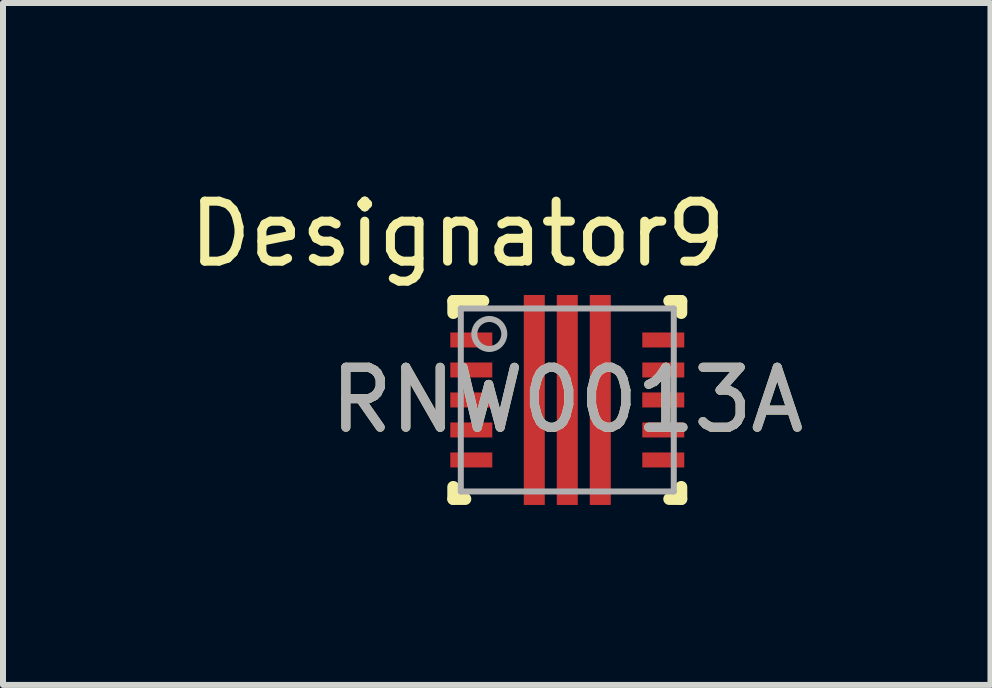
<source format=kicad_pcb>
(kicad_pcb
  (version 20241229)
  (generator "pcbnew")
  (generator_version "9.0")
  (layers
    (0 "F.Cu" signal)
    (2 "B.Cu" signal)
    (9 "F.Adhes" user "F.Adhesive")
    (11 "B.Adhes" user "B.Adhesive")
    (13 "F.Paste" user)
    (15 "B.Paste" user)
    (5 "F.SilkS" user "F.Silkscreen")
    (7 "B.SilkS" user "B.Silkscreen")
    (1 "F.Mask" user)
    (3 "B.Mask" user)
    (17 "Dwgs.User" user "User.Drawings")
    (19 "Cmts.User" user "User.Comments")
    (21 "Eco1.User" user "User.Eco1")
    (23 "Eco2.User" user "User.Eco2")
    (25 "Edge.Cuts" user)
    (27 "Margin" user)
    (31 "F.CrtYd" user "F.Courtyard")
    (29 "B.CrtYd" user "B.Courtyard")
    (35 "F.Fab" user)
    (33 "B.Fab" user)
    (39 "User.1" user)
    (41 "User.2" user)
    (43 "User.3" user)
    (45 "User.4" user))
  (footprint "RNW0013A"
    (layer "F.Cu")
    (at 6.406 3.617)
    (property "Reference" "RNW0013A" (at 0 0 0) (unlocked yes) (layer "F.SilkS") (effects (font (size 1 1) (thickness 0.15))))
    (attr smd)
    (fp_line (start -1.9 -1.65) (end -1.4 -1.65) (stroke (width 0.2) (type solid)) (layer "F.SilkS"))
    (fp_line (start -1.9 -1.45) (end -1.9 -1.65) (stroke (width 0.2) (type solid)) (layer "F.SilkS"))
    (fp_line (start -1.9 1.65) (end -1.9 1.45) (stroke (width 0.2) (type solid)) (layer "F.SilkS"))
    (fp_line (start -1.9 1.65) (end -1.7 1.65) (stroke (width 0.2) (type solid)) (layer "F.SilkS"))
    (fp_line (start 1.7 -1.65) (end 1.9 -1.65) (stroke (width 0.2) (type solid)) (layer "F.SilkS"))
    (fp_line (start 1.7 1.65) (end 1.9 1.65) (stroke (width 0.2) (type solid)) (layer "F.SilkS"))
    (fp_line (start 1.9 -1.45) (end 1.9 -1.65) (stroke (width 0.2) (type solid)) (layer "F.SilkS"))
    (fp_line (start 1.9 1.65) (end 1.9 1.45) (stroke (width 0.2) (type solid)) (layer "F.SilkS"))
    (fp_poly (pts (xy -0.675 -0.75) (xy -0.675 -1.65) (xy -0.674 -1.66) (xy -0.671 -1.669) (xy -0.667 -1.678) (xy -0.66 -1.685) (xy -0.653 -1.692) (xy -0.644 -1.696) (xy -0.635 -1.699) (xy -0.625 -1.7) (xy -0.475 -1.7) (xy -0.465 -1.699) (xy -0.456 -1.696) (xy -0.447 -1.692) (xy -0.44 -1.685) (xy -0.433 -1.678) (xy -0.429 -1.669) (xy -0.426 -1.66) (xy -0.425 -1.65) (xy -0.425 -0.75) (xy -0.426 -0.74) (xy -0.429 -0.731) (xy -0.433 -0.722) (xy -0.44 -0.715) (xy -0.447 -0.708) (xy -0.456 -0.704) (xy -0.465 -0.701) (xy -0.475 -0.7) (xy -0.625 -0.7) (xy -0.635 -0.701) (xy -0.644 -0.704) (xy -0.653 -0.708) (xy -0.66 -0.715) (xy -0.667 -0.722) (xy -0.671 -0.731) (xy -0.674 -0.74)) (stroke (width 0) (type solid)) (fill yes) (layer "F.Paste"))
    (fp_poly (pts (xy -0.675 0.45) (xy -0.675 -0.45) (xy -0.674 -0.46) (xy -0.671 -0.469) (xy -0.667 -0.478) (xy -0.66 -0.485) (xy -0.653 -0.492) (xy -0.644 -0.496) (xy -0.635 -0.499) (xy -0.625 -0.5) (xy -0.475 -0.5) (xy -0.465 -0.499) (xy -0.456 -0.496) (xy -0.447 -0.492) (xy -0.44 -0.485) (xy -0.433 -0.478) (xy -0.429 -0.469) (xy -0.426 -0.46) (xy -0.425 -0.45) (xy -0.425 0.45) (xy -0.426 0.46) (xy -0.429 0.469) (xy -0.433 0.478) (xy -0.44 0.485) (xy -0.447 0.492) (xy -0.456 0.496) (xy -0.465 0.499) (xy -0.475 0.5) (xy -0.625 0.5) (xy -0.635 0.499) (xy -0.644 0.496) (xy -0.653 0.492) (xy -0.66 0.485) (xy -0.667 0.478) (xy -0.671 0.469) (xy -0.674 0.46)) (stroke (width 0) (type solid)) (fill yes) (layer "F.Paste"))
    (fp_poly (pts (xy -0.675 1.65) (xy -0.675 0.75) (xy -0.674 0.74) (xy -0.671 0.731) (xy -0.667 0.722) (xy -0.66 0.715) (xy -0.653 0.708) (xy -0.644 0.704) (xy -0.635 0.701) (xy -0.625 0.7) (xy -0.475 0.7) (xy -0.465 0.701) (xy -0.456 0.704) (xy -0.447 0.708) (xy -0.44 0.715) (xy -0.433 0.722) (xy -0.429 0.731) (xy -0.426 0.74) (xy -0.425 0.75) (xy -0.425 1.65) (xy -0.426 1.66) (xy -0.429 1.669) (xy -0.433 1.678) (xy -0.44 1.685) (xy -0.447 1.692) (xy -0.456 1.696) (xy -0.465 1.699) (xy -0.475 1.7) (xy -0.625 1.7) (xy -0.635 1.699) (xy -0.644 1.696) (xy -0.653 1.692) (xy -0.66 1.685) (xy -0.667 1.678) (xy -0.671 1.669) (xy -0.674 1.66)) (stroke (width 0) (type solid)) (fill yes) (layer "F.Paste"))
    (fp_poly (pts (xy 0.125 -1.65) (xy 0.125 -0.75) (xy 0.124 -0.74) (xy 0.121 -0.731) (xy 0.117 -0.722) (xy 0.11 -0.715) (xy 0.103 -0.708) (xy 0.094 -0.704) (xy 0.085 -0.701) (xy 0.075 -0.7) (xy -0.075 -0.7) (xy -0.085 -0.701) (xy -0.094 -0.704) (xy -0.103 -0.708) (xy -0.11 -0.715) (xy -0.117 -0.722) (xy -0.121 -0.731) (xy -0.124 -0.74) (xy -0.125 -0.75) (xy -0.125 -1.65) (xy -0.124 -1.66) (xy -0.121 -1.669) (xy -0.117 -1.678) (xy -0.11 -1.685) (xy -0.103 -1.692) (xy -0.094 -1.696) (xy -0.085 -1.699) (xy -0.075 -1.7) (xy 0.075 -1.7) (xy 0.085 -1.699) (xy 0.094 -1.696) (xy 0.103 -1.692) (xy 0.11 -1.685) (xy 0.117 -1.678) (xy 0.121 -1.669) (xy 0.124 -1.66)) (stroke (width 0) (type solid)) (fill yes) (layer "F.Paste"))
    (fp_poly (pts (xy 0.125 -0.45) (xy 0.125 0.45) (xy 0.124 0.46) (xy 0.121 0.469) (xy 0.117 0.478) (xy 0.11 0.485) (xy 0.103 0.492) (xy 0.094 0.496) (xy 0.085 0.499) (xy 0.075 0.5) (xy -0.075 0.5) (xy -0.085 0.499) (xy -0.094 0.496) (xy -0.103 0.492) (xy -0.11 0.485) (xy -0.117 0.478) (xy -0.121 0.469) (xy -0.124 0.46) (xy -0.125 0.45) (xy -0.125 -0.45) (xy -0.124 -0.46) (xy -0.121 -0.469) (xy -0.117 -0.478) (xy -0.11 -0.485) (xy -0.103 -0.492) (xy -0.094 -0.496) (xy -0.085 -0.499) (xy -0.075 -0.5) (xy 0.075 -0.5) (xy 0.085 -0.499) (xy 0.094 -0.496) (xy 0.103 -0.492) (xy 0.11 -0.485) (xy 0.117 -0.478) (xy 0.121 -0.469) (xy 0.124 -0.46)) (stroke (width 0) (type solid)) (fill yes) (layer "F.Paste"))
    (fp_poly (pts (xy 0.125 0.75) (xy 0.125 1.65) (xy 0.124 1.66) (xy 0.121 1.669) (xy 0.117 1.678) (xy 0.11 1.685) (xy 0.103 1.692) (xy 0.094 1.696) (xy 0.085 1.699) (xy 0.075 1.7) (xy -0.075 1.7) (xy -0.085 1.699) (xy -0.094 1.696) (xy -0.103 1.692) (xy -0.11 1.685) (xy -0.117 1.678) (xy -0.121 1.669) (xy -0.124 1.66) (xy -0.125 1.65) (xy -0.125 0.75) (xy -0.124 0.74) (xy -0.121 0.731) (xy -0.117 0.722) (xy -0.11 0.715) (xy -0.103 0.708) (xy -0.094 0.704) (xy -0.085 0.701) (xy -0.075 0.7) (xy 0.075 0.7) (xy 0.085 0.701) (xy 0.094 0.704) (xy 0.103 0.708) (xy 0.11 0.715) (xy 0.117 0.722) (xy 0.121 0.731) (xy 0.124 0.74)) (stroke (width 0) (type solid)) (fill yes) (layer "F.Paste"))
    (fp_poly (pts (xy 0.675 -1.65) (xy 0.675 -0.75) (xy 0.674 -0.74) (xy 0.671 -0.731) (xy 0.667 -0.722) (xy 0.66 -0.715) (xy 0.653 -0.708) (xy 0.644 -0.704) (xy 0.635 -0.701) (xy 0.625 -0.7) (xy 0.475 -0.7) (xy 0.465 -0.701) (xy 0.456 -0.704) (xy 0.447 -0.708) (xy 0.44 -0.715) (xy 0.433 -0.722) (xy 0.429 -0.731) (xy 0.426 -0.74) (xy 0.425 -0.75) (xy 0.425 -1.65) (xy 0.426 -1.66) (xy 0.429 -1.669) (xy 0.433 -1.678) (xy 0.44 -1.685) (xy 0.447 -1.692) (xy 0.456 -1.696) (xy 0.465 -1.699) (xy 0.475 -1.7) (xy 0.625 -1.7) (xy 0.635 -1.699) (xy 0.644 -1.696) (xy 0.653 -1.692) (xy 0.66 -1.685) (xy 0.667 -1.678) (xy 0.671 -1.669) (xy 0.674 -1.66)) (stroke (width 0) (type solid)) (fill yes) (layer "F.Paste"))
    (fp_poly (pts (xy 0.675 -0.45) (xy 0.675 0.45) (xy 0.674 0.46) (xy 0.671 0.469) (xy 0.667 0.478) (xy 0.66 0.485) (xy 0.653 0.492) (xy 0.644 0.496) (xy 0.635 0.499) (xy 0.625 0.5) (xy 0.475 0.5) (xy 0.465 0.499) (xy 0.456 0.496) (xy 0.447 0.492) (xy 0.44 0.485) (xy 0.433 0.478) (xy 0.429 0.469) (xy 0.426 0.46) (xy 0.425 0.45) (xy 0.425 -0.45) (xy 0.426 -0.46) (xy 0.429 -0.469) (xy 0.433 -0.478) (xy 0.44 -0.485) (xy 0.447 -0.492) (xy 0.456 -0.496) (xy 0.465 -0.499) (xy 0.475 -0.5) (xy 0.625 -0.5) (xy 0.635 -0.499) (xy 0.644 -0.496) (xy 0.653 -0.492) (xy 0.66 -0.485) (xy 0.667 -0.478) (xy 0.671 -0.469) (xy 0.674 -0.46)) (stroke (width 0) (type solid)) (fill yes) (layer "F.Paste"))
    (fp_poly (pts (xy 0.675 0.75) (xy 0.675 1.65) (xy 0.674 1.66) (xy 0.671 1.669) (xy 0.667 1.678) (xy 0.66 1.685) (xy 0.653 1.692) (xy 0.644 1.696) (xy 0.635 1.699) (xy 0.625 1.7) (xy 0.475 1.7) (xy 0.465 1.699) (xy 0.456 1.696) (xy 0.447 1.692) (xy 0.44 1.685) (xy 0.433 1.678) (xy 0.429 1.669) (xy 0.426 1.66) (xy 0.425 1.65) (xy 0.425 0.75) (xy 0.426 0.74) (xy 0.429 0.731) (xy 0.433 0.722) (xy 0.44 0.715) (xy 0.447 0.708) (xy 0.456 0.704) (xy 0.465 0.701) (xy 0.475 0.7) (xy 0.625 0.7) (xy 0.635 0.701) (xy 0.644 0.704) (xy 0.653 0.708) (xy 0.66 0.715) (xy 0.667 0.722) (xy 0.671 0.731) (xy 0.674 0.74)) (stroke (width 0) (type solid)) (fill yes) (layer "F.Paste"))
    (fp_line (start -1.775 -1.525) (end 1.775 -1.525) (stroke (width 0.1) (type solid)) (layer "F.Fab"))
    (fp_line (start -1.775 1.525) (end -1.775 -1.525) (stroke (width 0.1) (type solid)) (layer "F.Fab"))
    (fp_line (start -1.775 1.525) (end 1.775 1.525) (stroke (width 0.1) (type solid)) (layer "F.Fab"))
    (fp_line (start 1.775 1.525) (end 1.775 -1.525) (stroke (width 0.1) (type solid)) (layer "F.Fab"))
    (fp_circle (center -1.3 -1.1) (end -1.05 -1.1) (stroke (width 0.1) (type solid)) (fill no) (layer "F.Fab"))
    (fp_text user "Designator9" (at -1.829 -2.769 0) (unlocked yes) (layer "F.SilkS") (effects (font (size 1 1) (thickness 0.15))))
    (fp_text user "${REFERENCE}" (at 0 0 0) (unlocked yes) (layer "F.Fab") (effects (font (size 1 1) (thickness 0.15))))
    (pad "1" smd rect (at -1.6 -1) (size 0.7 0.25) (layers "F.Cu" "F.Mask" "F.Paste"))
    (pad "2" smd rect (at -1.6 -0.5) (size 0.7 0.25) (layers "F.Cu" "F.Mask" "F.Paste"))
    (pad "3" smd rect (at -1.6 -0.000003) (size 0.7 0.25) (layers "F.Cu" "F.Mask" "F.Paste"))
    (pad "4" smd rect (at -1.6 0.5) (size 0.7 0.25) (layers "F.Cu" "F.Mask" "F.Paste"))
    (pad "5" smd rect (at -1.6 1) (size 0.7 0.25) (layers "F.Cu" "F.Mask" "F.Paste"))
    (pad "6" smd rect (at -0.55 0) (size 0.35 3.5) (layers "F.Cu" "F.Mask"))
    (pad "7" smd rect (at 0 0) (size 0.35 3.5) (layers "F.Cu" "F.Mask"))
    (pad "8" smd rect (at 0.55 0) (size 0.35 3.5) (layers "F.Cu" "F.Mask"))
    (pad "9" smd rect (at 1.6 1) (size 0.7 0.25) (layers "F.Cu" "F.Mask" "F.Paste"))
    (pad "10" smd rect (at 1.6 0.5) (size 0.7 0.25) (layers "F.Cu" "F.Mask" "F.Paste"))
    (pad "11" smd rect (at 1.6 0) (size 0.7 0.25) (layers "F.Cu" "F.Mask" "F.Paste"))
    (pad "12" smd rect (at 1.6 -0.5) (size 0.7 0.25) (layers "F.Cu" "F.Mask" "F.Paste"))
    (pad "13" smd rect (at 1.6 -1) (size 0.7 0.25) (layers "F.Cu" "F.Mask" "F.Paste")))
  (gr_rect
    (start -3 -3)
    (end 13.46 8.367)
    (stroke (width 0.1) (type default))
    (fill no)
    (layer "Edge.Cuts")))
</source>
